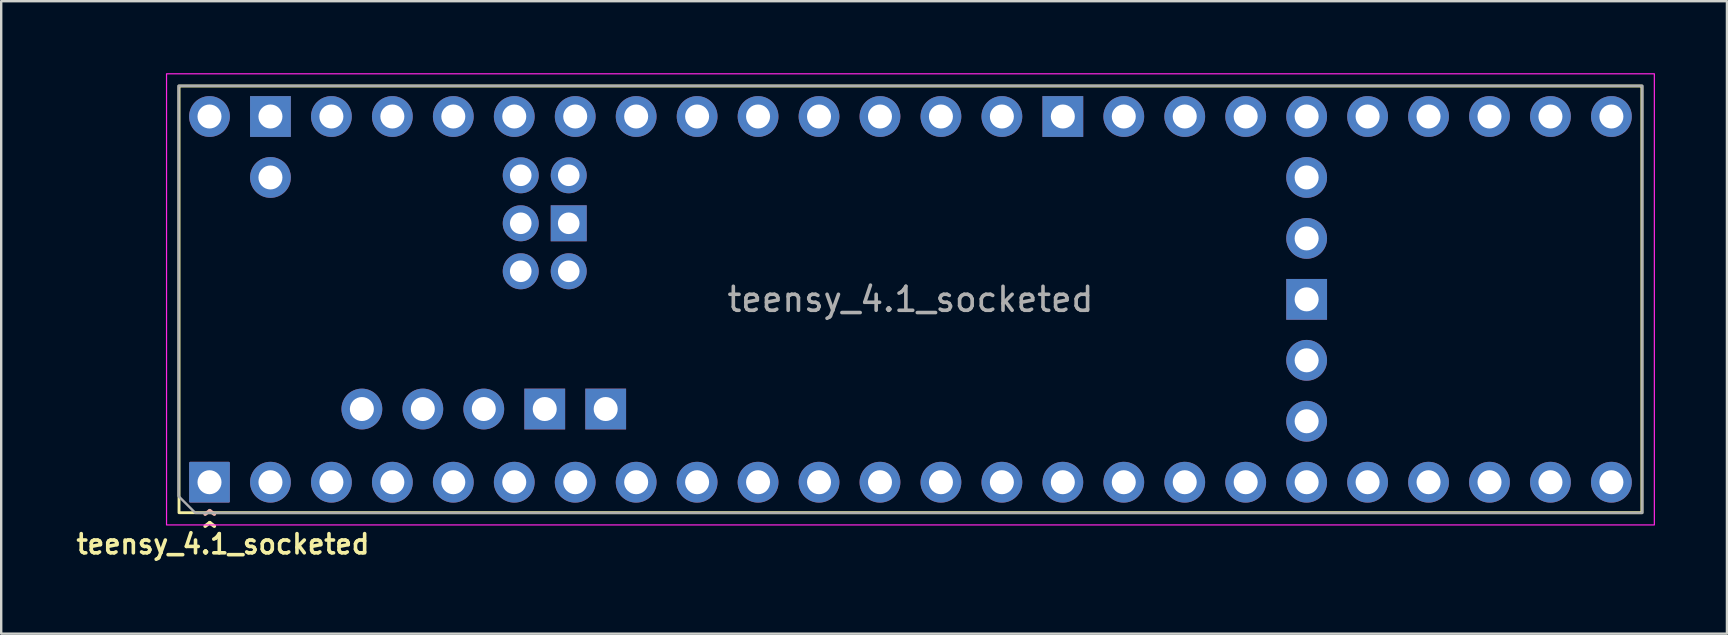
<source format=kicad_pcb>
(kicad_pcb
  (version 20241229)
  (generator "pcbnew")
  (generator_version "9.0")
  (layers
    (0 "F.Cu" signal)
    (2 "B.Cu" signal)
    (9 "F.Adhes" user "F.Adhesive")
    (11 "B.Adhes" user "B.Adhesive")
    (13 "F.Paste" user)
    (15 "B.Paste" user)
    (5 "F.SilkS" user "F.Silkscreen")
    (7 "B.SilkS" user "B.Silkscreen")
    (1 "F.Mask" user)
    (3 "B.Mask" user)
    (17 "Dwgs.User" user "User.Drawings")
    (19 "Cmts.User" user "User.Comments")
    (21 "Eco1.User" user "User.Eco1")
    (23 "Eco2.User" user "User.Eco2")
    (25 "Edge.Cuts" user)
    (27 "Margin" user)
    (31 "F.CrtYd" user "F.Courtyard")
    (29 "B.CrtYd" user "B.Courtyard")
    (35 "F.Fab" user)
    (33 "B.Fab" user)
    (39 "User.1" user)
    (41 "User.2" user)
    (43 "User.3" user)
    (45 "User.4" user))
  (footprint "teensy_4.1_socketed"
    (layer "F.Cu")
    (at 34.89 9.425)
    (property "Reference" "teensy_4.1_socketed" (at -28.65 10.2 0) (layer "F.SilkS") (effects (font (size 0.8 0.8) (thickness 0.15))))
    (attr through_hole)
    (fp_rect (start -30.48 8.89) (end 30.48 -8.89) (stroke (width 0.12) (type solid)) (fill no) (layer "F.SilkS"))
    (fp_rect (start -31 -9.4) (end 31 9.4) (stroke (width 0.05) (type solid)) (fill no) (layer "F.CrtYd"))
    (fp_poly (pts (xy -30.5 8.2) (xy -29.8 8.9) (xy 30.5 8.9) (xy 30.5 -8.9) (xy -30.5 -8.9)) (stroke (width 0.1) (type solid)) (fill no) (layer "F.Fab"))
    (fp_text user "^" (at -29.2 9.9 0) (unlocked yes) (layer "F.SilkS") (effects (font (size 1 1) (thickness 0.15))))
    (fp_text user "^" (at -29.2 9.4 0) (unlocked yes) (layer "B.SilkS") (effects (font (size 1 1) (thickness 0.15)) (justify mirror)))
    (fp_text user "${REFERENCE}" (at 0 0 0) (layer "F.Fab") (effects (font (size 1 1) (thickness 0.15))))
    (pad "1" thru_hole roundrect (at -29.21 7.62) (size 1.7 1.7) (drill 1) (layers "*.Cu" "*.Mask") (remove_unused_layers yes) (keep_end_layers yes) (zone_layer_connections) (roundrect_rratio 0.029))
    (pad "2" thru_hole circle (at -26.67 7.62) (size 1.7 1.7) (drill 1) (layers "*.Cu" "*.Mask") (remove_unused_layers yes) (keep_end_layers yes) (zone_layer_connections))
    (pad "3" thru_hole circle (at -24.13 7.62) (size 1.7 1.7) (drill 1) (layers "*.Cu" "*.Mask") (remove_unused_layers yes) (keep_end_layers yes) (zone_layer_connections))
    (pad "4" thru_hole circle (at -21.59 7.62) (size 1.7 1.7) (drill 1) (layers "*.Cu" "*.Mask") (remove_unused_layers yes) (keep_end_layers yes) (zone_layer_connections))
    (pad "5" thru_hole circle (at -19.05 7.62) (size 1.7 1.7) (drill 1) (layers "*.Cu" "*.Mask") (remove_unused_layers yes) (keep_end_layers yes) (zone_layer_connections))
    (pad "6" thru_hole circle (at -16.51 7.62) (size 1.7 1.7) (drill 1) (layers "*.Cu" "*.Mask") (remove_unused_layers yes) (keep_end_layers yes) (zone_layer_connections))
    (pad "7" thru_hole circle (at -13.97 7.62) (size 1.7 1.7) (drill 1) (layers "*.Cu" "*.Mask") (remove_unused_layers yes) (keep_end_layers yes) (zone_layer_connections))
    (pad "8" thru_hole circle (at -11.43 7.62) (size 1.7 1.7) (drill 1) (layers "*.Cu" "*.Mask") (remove_unused_layers yes) (keep_end_layers yes) (zone_layer_connections))
    (pad "9" thru_hole circle (at -8.89 7.62) (size 1.7 1.7) (drill 1) (layers "*.Cu" "*.Mask") (remove_unused_layers yes) (keep_end_layers yes) (zone_layer_connections))
    (pad "10" thru_hole circle (at -6.35 7.62) (size 1.7 1.7) (drill 1) (layers "*.Cu" "*.Mask") (remove_unused_layers yes) (keep_end_layers yes) (zone_layer_connections))
    (pad "11" thru_hole circle (at -3.81 7.62) (size 1.7 1.7) (drill 1) (layers "*.Cu" "*.Mask") (remove_unused_layers yes) (keep_end_layers yes) (zone_layer_connections))
    (pad "12" thru_hole circle (at -1.27 7.62) (size 1.7 1.7) (drill 1) (layers "*.Cu" "*.Mask") (remove_unused_layers yes) (keep_end_layers yes) (zone_layer_connections))
    (pad "13" thru_hole circle (at 1.27 7.62) (size 1.7 1.7) (drill 1) (layers "*.Cu" "*.Mask") (remove_unused_layers yes) (keep_end_layers yes) (zone_layer_connections))
    (pad "14" thru_hole circle (at 3.81 7.62) (size 1.7 1.7) (drill 1) (layers "*.Cu" "*.Mask") (remove_unused_layers yes) (keep_end_layers yes) (zone_layer_connections))
    (pad "15" thru_hole circle (at 6.35 7.62) (size 1.7 1.7) (drill 1) (layers "*.Cu" "*.Mask") (remove_unused_layers yes) (keep_end_layers yes) (zone_layer_connections))
    (pad "16" thru_hole circle (at 8.89 7.62) (size 1.7 1.7) (drill 1) (layers "*.Cu" "*.Mask") (remove_unused_layers yes) (keep_end_layers yes) (zone_layer_connections))
    (pad "17" thru_hole circle (at 11.43 7.62) (size 1.7 1.7) (drill 1) (layers "*.Cu" "*.Mask") (remove_unused_layers yes) (keep_end_layers yes) (zone_layer_connections))
    (pad "18" thru_hole circle (at 13.97 7.62) (size 1.7 1.7) (drill 1) (layers "*.Cu" "*.Mask") (remove_unused_layers yes) (keep_end_layers yes) (zone_layer_connections))
    (pad "19" thru_hole circle (at 16.51 7.62) (size 1.7 1.7) (drill 1) (layers "*.Cu" "*.Mask") (remove_unused_layers yes) (keep_end_layers yes) (zone_layer_connections))
    (pad "20" thru_hole circle (at 19.05 7.62) (size 1.7 1.7) (drill 1) (layers "*.Cu" "*.Mask") (remove_unused_layers yes) (keep_end_layers yes) (zone_layer_connections))
    (pad "21" thru_hole circle (at 21.59 7.62) (size 1.7 1.7) (drill 1) (layers "*.Cu" "*.Mask") (remove_unused_layers yes) (keep_end_layers yes) (zone_layer_connections))
    (pad "22" thru_hole circle (at 24.13 7.62) (size 1.7 1.7) (drill 1) (layers "*.Cu" "*.Mask") (remove_unused_layers yes) (keep_end_layers yes) (zone_layer_connections))
    (pad "23" thru_hole circle (at 26.67 7.62) (size 1.7 1.7) (drill 1) (layers "*.Cu" "*.Mask") (remove_unused_layers yes) (keep_end_layers yes) (zone_layer_connections))
    (pad "24" thru_hole circle (at 29.21 7.62) (size 1.7 1.7) (drill 1) (layers "*.Cu" "*.Mask") (remove_unused_layers yes) (keep_end_layers yes) (zone_layer_connections))
    (pad "25" thru_hole circle (at 29.21 -7.62) (size 1.7 1.7) (drill 1) (layers "*.Cu" "*.Mask") (remove_unused_layers yes) (keep_end_layers yes) (zone_layer_connections))
    (pad "26" thru_hole circle (at 26.67 -7.62) (size 1.7 1.7) (drill 1) (layers "*.Cu" "*.Mask") (remove_unused_layers yes) (keep_end_layers yes) (zone_layer_connections))
    (pad "27" thru_hole circle (at 24.13 -7.62) (size 1.7 1.7) (drill 1) (layers "*.Cu" "*.Mask") (remove_unused_layers yes) (keep_end_layers yes) (zone_layer_connections))
    (pad "28" thru_hole circle (at 21.59 -7.62) (size 1.7 1.7) (drill 1) (layers "*.Cu" "*.Mask") (remove_unused_layers yes) (keep_end_layers yes) (zone_layer_connections))
    (pad "29" thru_hole circle (at 19.05 -7.62) (size 1.7 1.7) (drill 1) (layers "*.Cu" "*.Mask") (remove_unused_layers yes) (keep_end_layers yes) (zone_layer_connections))
    (pad "30" thru_hole circle (at 16.51 -7.62) (size 1.7 1.7) (drill 1) (layers "*.Cu" "*.Mask") (remove_unused_layers yes) (keep_end_layers yes) (zone_layer_connections))
    (pad "31" thru_hole circle (at 13.97 -7.62) (size 1.7 1.7) (drill 1) (layers "*.Cu" "*.Mask") (remove_unused_layers yes) (keep_end_layers yes) (zone_layer_connections))
    (pad "32" thru_hole circle (at 11.43 -7.62) (size 1.7 1.7) (drill 1) (layers "*.Cu" "*.Mask") (remove_unused_layers yes) (keep_end_layers yes) (zone_layer_connections))
    (pad "33" thru_hole circle (at 8.89 -7.62) (size 1.7 1.7) (drill 1) (layers "*.Cu" "*.Mask") (remove_unused_layers yes) (keep_end_layers yes) (zone_layer_connections))
    (pad "34" thru_hole rect (at 6.35 -7.62) (size 1.7 1.7) (drill 1) (layers "*.Cu" "*.Mask") (remove_unused_layers yes) (keep_end_layers yes) (zone_layer_connections))
    (pad "35" thru_hole circle (at 3.81 -7.62) (size 1.7 1.7) (drill 1) (layers "*.Cu" "*.Mask") (remove_unused_layers yes) (keep_end_layers yes) (zone_layer_connections))
    (pad "36" thru_hole circle (at 1.27 -7.62) (size 1.7 1.7) (drill 1) (layers "*.Cu" "*.Mask") (remove_unused_layers yes) (keep_end_layers yes) (zone_layer_connections))
    (pad "37" thru_hole circle (at -1.27 -7.62) (size 1.7 1.7) (drill 1) (layers "*.Cu" "*.Mask") (remove_unused_layers yes) (keep_end_layers yes) (zone_layer_connections))
    (pad "38" thru_hole circle (at -3.81 -7.62) (size 1.7 1.7) (drill 1) (layers "*.Cu" "*.Mask") (remove_unused_layers yes) (keep_end_layers yes) (zone_layer_connections))
    (pad "39" thru_hole circle (at -6.35 -7.62) (size 1.7 1.7) (drill 1) (layers "*.Cu" "*.Mask") (remove_unused_layers yes) (keep_end_layers yes) (zone_layer_connections))
    (pad "40" thru_hole circle (at -8.89 -7.62) (size 1.7 1.7) (drill 1) (layers "*.Cu" "*.Mask") (remove_unused_layers yes) (keep_end_layers yes) (zone_layer_connections))
    (pad "41" thru_hole circle (at -11.43 -7.62) (size 1.7 1.7) (drill 1) (layers "*.Cu" "*.Mask") (remove_unused_layers yes) (keep_end_layers yes) (zone_layer_connections))
    (pad "42" thru_hole circle (at -13.97 -7.62) (size 1.7 1.7) (drill 1) (layers "*.Cu" "*.Mask") (remove_unused_layers yes) (keep_end_layers yes) (zone_layer_connections))
    (pad "43" thru_hole circle (at -16.51 -7.62) (size 1.7 1.7) (drill 1) (layers "*.Cu" "*.Mask") (remove_unused_layers yes) (keep_end_layers yes) (zone_layer_connections))
    (pad "44" thru_hole circle (at -19.05 -7.62) (size 1.7 1.7) (drill 1) (layers "*.Cu" "*.Mask") (remove_unused_layers yes) (keep_end_layers yes) (zone_layer_connections))
    (pad "45" thru_hole circle (at -21.59 -7.62) (size 1.7 1.7) (drill 1) (layers "*.Cu" "*.Mask") (remove_unused_layers yes) (keep_end_layers yes) (zone_layer_connections))
    (pad "46" thru_hole circle (at -24.13 -7.62) (size 1.7 1.7) (drill 1) (layers "*.Cu" "*.Mask") (remove_unused_layers yes) (keep_end_layers yes) (zone_layer_connections))
    (pad "47" thru_hole rect (at -26.67 -7.62) (size 1.7 1.7) (drill 1) (layers "*.Cu" "*.Mask") (remove_unused_layers yes) (keep_end_layers yes) (zone_layer_connections))
    (pad "48" thru_hole circle (at -29.21 -7.62) (size 1.7 1.7) (drill 1) (layers "*.Cu" "*.Mask") (remove_unused_layers yes) (keep_end_layers yes) (zone_layer_connections))
    (pad "49" thru_hole circle (at 16.51 5.08) (size 1.7 1.7) (drill 1) (layers "*.Cu" "*.Mask") (remove_unused_layers yes) (keep_end_layers yes) (zone_layer_connections))
    (pad "50" thru_hole circle (at 16.51 2.54) (size 1.7 1.7) (drill 1) (layers "*.Cu" "*.Mask") (remove_unused_layers yes) (keep_end_layers yes) (zone_layer_connections))
    (pad "51" thru_hole rect (at 16.51 0) (size 1.7 1.7) (drill 1) (layers "*.Cu" "*.Mask") (remove_unused_layers yes) (keep_end_layers yes) (zone_layer_connections))
    (pad "52" thru_hole circle (at 16.51 -2.54) (size 1.7 1.7) (drill 1) (layers "*.Cu" "*.Mask") (remove_unused_layers yes) (keep_end_layers yes) (zone_layer_connections))
    (pad "53" thru_hole circle (at 16.51 -5.08) (size 1.7 1.7) (drill 1) (layers "*.Cu" "*.Mask") (remove_unused_layers yes) (keep_end_layers yes) (zone_layer_connections))
    (pad "54" thru_hole circle (at -22.86 4.57) (size 1.7 1.7) (drill 1) (layers "*.Cu" "*.Mask") (remove_unused_layers yes) (keep_end_layers yes) (zone_layer_connections))
    (pad "55" thru_hole circle (at -20.32 4.57) (size 1.7 1.7) (drill 1) (layers "*.Cu" "*.Mask") (remove_unused_layers yes) (keep_end_layers yes) (zone_layer_connections))
    (pad "56" thru_hole circle (at -17.78 4.57) (size 1.7 1.7) (drill 1) (layers "*.Cu" "*.Mask") (remove_unused_layers yes) (keep_end_layers yes) (zone_layer_connections))
    (pad "57" thru_hole rect (at -15.24 4.57) (size 1.7 1.7) (drill 1) (layers "*.Cu" "*.Mask") (remove_unused_layers yes) (keep_end_layers yes) (zone_layer_connections))
    (pad "58" thru_hole rect (at -12.7 4.57) (size 1.7 1.7) (drill 1) (layers "*.Cu" "*.Mask") (remove_unused_layers yes) (keep_end_layers yes) (zone_layer_connections))
    (pad "59" thru_hole circle (at -26.67 -5.08) (size 1.7 1.7) (drill 1) (layers "*.Cu" "*.Mask") (remove_unused_layers yes) (keep_end_layers yes) (zone_layer_connections))
    (pad "60" thru_hole circle (at -16.24 -5.17) (size 1.5 1.5) (drill 0.9) (layers "*.Cu" "*.Mask") (remove_unused_layers yes) (keep_end_layers yes) (zone_layer_connections))
    (pad "61" thru_hole circle (at -14.24 -5.17) (size 1.5 1.5) (drill 0.9) (layers "*.Cu" "*.Mask") (remove_unused_layers yes) (keep_end_layers yes) (zone_layer_connections))
    (pad "62" thru_hole circle (at -16.24 -3.17) (size 1.5 1.5) (drill 0.9) (layers "*.Cu" "*.Mask") (remove_unused_layers yes) (keep_end_layers yes) (zone_layer_connections))
    (pad "63" thru_hole rect (at -14.24 -3.17) (size 1.5 1.5) (drill 0.9) (layers "*.Cu" "*.Mask") (remove_unused_layers yes) (keep_end_layers yes) (zone_layer_connections))
    (pad "64" thru_hole circle (at -16.24 -1.17) (size 1.5 1.5) (drill 0.9) (layers "*.Cu" "*.Mask") (remove_unused_layers yes) (keep_end_layers yes) (zone_layer_connections))
    (pad "65" thru_hole circle (at -14.24 -1.17) (size 1.5 1.5) (drill 0.9) (layers "*.Cu" "*.Mask") (remove_unused_layers yes) (keep_end_layers yes) (zone_layer_connections)))
  (gr_rect
    (start -3 -3)
    (end 68.915 23.356)
    (stroke (width 0.1) (type default))
    (fill no)
    (layer "Edge.Cuts")))
</source>
